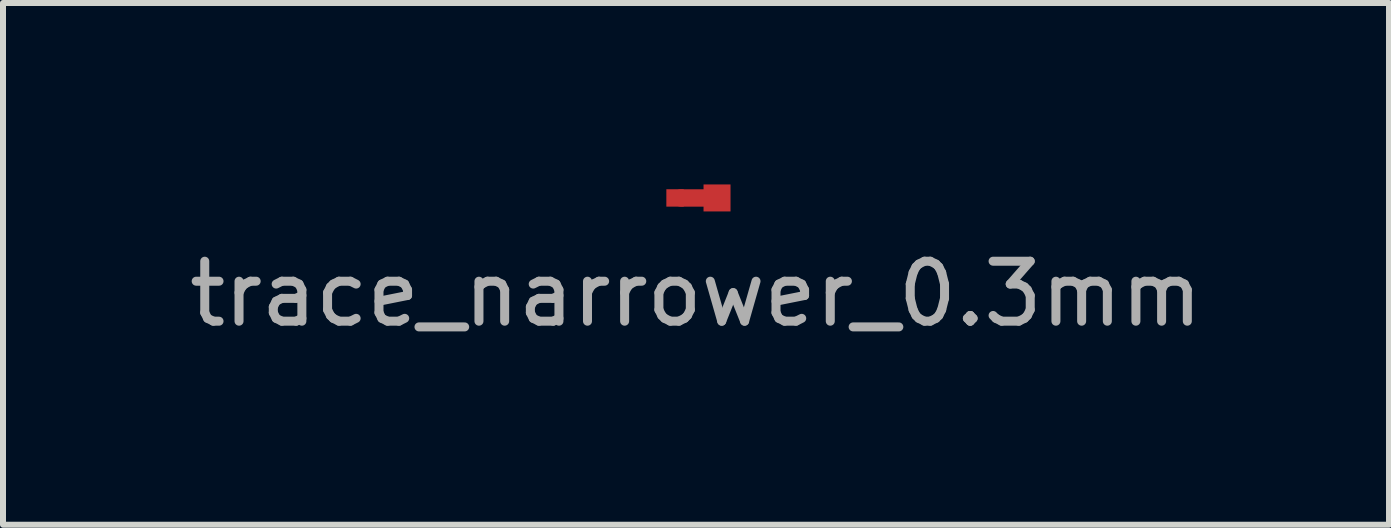
<source format=kicad_pcb>
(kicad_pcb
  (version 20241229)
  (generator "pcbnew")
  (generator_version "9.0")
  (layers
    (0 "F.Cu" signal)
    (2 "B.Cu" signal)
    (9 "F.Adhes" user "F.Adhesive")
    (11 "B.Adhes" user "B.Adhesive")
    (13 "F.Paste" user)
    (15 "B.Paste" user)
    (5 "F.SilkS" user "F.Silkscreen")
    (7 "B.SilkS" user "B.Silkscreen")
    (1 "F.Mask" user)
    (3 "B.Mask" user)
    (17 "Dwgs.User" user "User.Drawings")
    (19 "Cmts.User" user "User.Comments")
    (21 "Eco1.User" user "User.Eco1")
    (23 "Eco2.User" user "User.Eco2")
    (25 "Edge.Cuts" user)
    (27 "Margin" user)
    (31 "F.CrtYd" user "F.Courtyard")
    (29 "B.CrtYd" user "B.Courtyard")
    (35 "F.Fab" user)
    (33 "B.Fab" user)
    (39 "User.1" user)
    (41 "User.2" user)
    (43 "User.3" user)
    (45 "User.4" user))
  (footprint "trace_narrower_0.3mm"
    (layer "F.Cu")
    (at 8.454 0.25)
    (property "Reference" "trace_narrower_0.3mm" (at 0.1 1.6 0) (layer "F.Fab") (effects (font (size 1 1) (thickness 0.15))))
    (attr through_hole)
    (fp_line (start -0.15 0) (end 0.3 0) (stroke (width 0.29) (type solid)) (layer "F.Cu"))
    (pad "1" smd rect (at 0.45 0) (size 0.45 0.45) (layers "F.Cu"))
    (pad "2" smd rect (at -0.25 0) (size 0.29 0.29) (layers "F.Cu")))
  (gr_rect
    (start -3 -3)
    (end 20.107 5.698)
    (stroke (width 0.1) (type default))
    (fill no)
    (layer "Edge.Cuts")))
</source>
